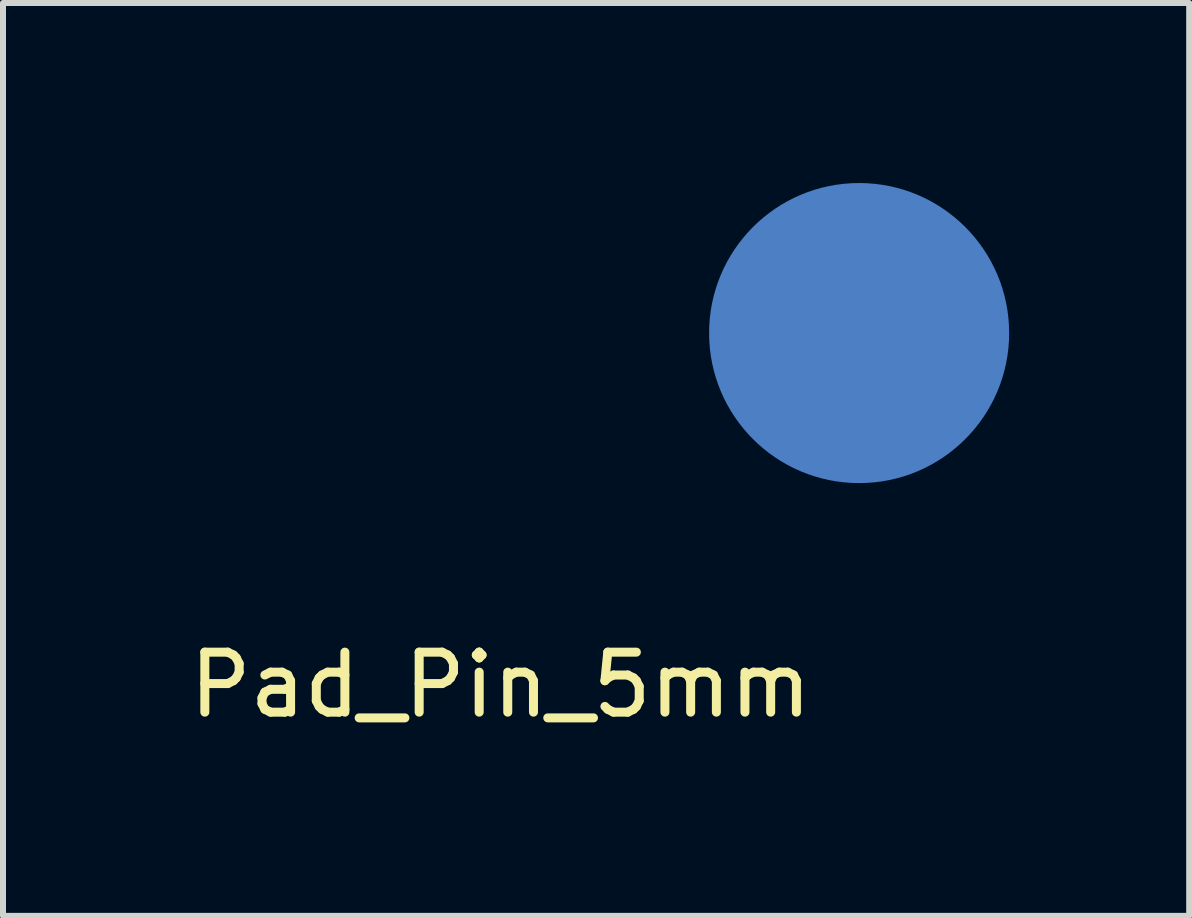
<source format=kicad_pcb>
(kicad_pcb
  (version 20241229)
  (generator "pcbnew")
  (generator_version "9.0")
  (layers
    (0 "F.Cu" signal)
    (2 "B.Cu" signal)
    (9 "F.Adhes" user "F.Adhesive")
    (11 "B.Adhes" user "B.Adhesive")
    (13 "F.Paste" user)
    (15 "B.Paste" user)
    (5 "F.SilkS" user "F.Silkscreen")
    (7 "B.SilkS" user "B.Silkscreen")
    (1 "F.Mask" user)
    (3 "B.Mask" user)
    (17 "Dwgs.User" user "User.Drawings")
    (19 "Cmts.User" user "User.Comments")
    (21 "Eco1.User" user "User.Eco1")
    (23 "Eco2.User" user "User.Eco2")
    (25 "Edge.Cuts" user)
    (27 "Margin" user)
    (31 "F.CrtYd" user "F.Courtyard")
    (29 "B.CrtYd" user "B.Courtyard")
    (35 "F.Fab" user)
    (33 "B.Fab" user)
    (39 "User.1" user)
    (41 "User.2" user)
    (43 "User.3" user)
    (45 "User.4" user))
  (footprint "Pad_Pin_5mm"
    (layer "F.Cu")
    (at 11.266 2.5)
    (property "Reference" "Pad_Pin_5mm" (at -5.974 5.862 0) (layer "F.SilkS") (effects (font (size 1 1) (thickness 0.15))))
    (attr through_hole)
    (pad "1" smd circle (at 0 0) (size 5 5) (layers "B.Cu" "B.Mask")))
  (gr_rect
    (start -3 -3)
    (end 16.766 12.211)
    (stroke (width 0.1) (type default))
    (fill no)
    (layer "Edge.Cuts")))
</source>
